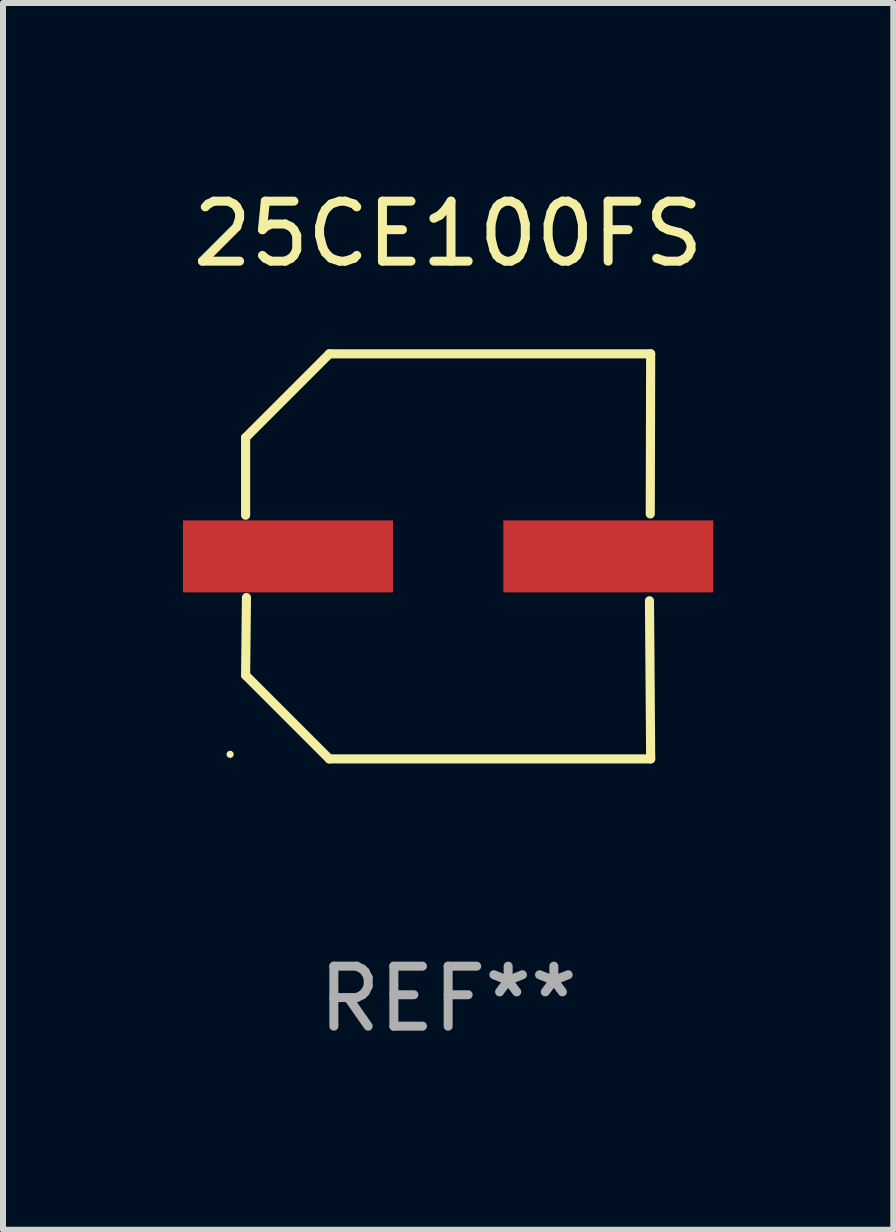
<source format=kicad_pcb>
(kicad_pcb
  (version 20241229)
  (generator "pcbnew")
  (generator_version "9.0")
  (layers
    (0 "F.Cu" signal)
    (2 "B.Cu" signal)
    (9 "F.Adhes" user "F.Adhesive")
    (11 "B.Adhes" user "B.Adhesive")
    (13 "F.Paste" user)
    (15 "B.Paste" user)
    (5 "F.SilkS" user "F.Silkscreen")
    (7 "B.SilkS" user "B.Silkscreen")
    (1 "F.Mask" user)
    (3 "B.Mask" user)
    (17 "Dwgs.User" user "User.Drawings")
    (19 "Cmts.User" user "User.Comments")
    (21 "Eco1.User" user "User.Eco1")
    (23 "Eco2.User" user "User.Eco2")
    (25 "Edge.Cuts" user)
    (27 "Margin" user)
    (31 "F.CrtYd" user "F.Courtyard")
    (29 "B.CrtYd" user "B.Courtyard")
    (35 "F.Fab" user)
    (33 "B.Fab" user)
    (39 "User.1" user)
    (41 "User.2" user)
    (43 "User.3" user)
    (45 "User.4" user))
  (footprint "25CE100FS"
    (layer "F.Cu")
    (at 4.42 6.224)
    (property "Reference" "25CE100FS" (at 0 -5.376 0) (layer "F.SilkS") (effects (font (size 1 1) (thickness 0.15))))
    (attr through_hole)
    (fp_line (start -3.376 -1.98) (end -3.376 -0.686) (stroke (width 0.152) (type solid)) (layer "F.SilkS"))
    (fp_line (start -3.376 1.981) (end -3.362 0.686) (stroke (width 0.152) (type solid)) (layer "F.SilkS"))
    (fp_line (start -1.981 3.376) (end -3.376 1.981) (stroke (width 0.152) (type solid)) (layer "F.SilkS"))
    (fp_line (start -1.98 -3.376) (end -3.376 -1.98) (stroke (width 0.152) (type solid)) (layer "F.SilkS"))
    (fp_line (start 3.356 0.74) (end 3.376 3.376) (stroke (width 0.152) (type solid)) (layer "F.SilkS"))
    (fp_line (start 3.369 -0.707) (end 3.376 -3.376) (stroke (width 0.152) (type solid)) (layer "F.SilkS"))
    (fp_line (start 3.376 3.376) (end -1.981 3.376) (stroke (width 0.152) (type solid)) (layer "F.SilkS"))
    (fp_line (start 3.376 -3.376) (end -1.98 -3.376) (stroke (width 0.152) (type solid)) (layer "F.SilkS"))
    (fp_circle (center -3.634 3.3) (end -3.604 3.3) (stroke (width 0.06) (type solid)) (fill no) (layer "F.SilkS"))
    (fp_text user "REF**" (at 0 7.376 0) (layer "F.Fab") (effects (font (size 1 1) (thickness 0.15))))
    (pad "1" smd rect (at -2.67 0.000254) (size 3.5 1.2) (layers "F.Cu" "F.Mask" "F.Paste"))
    (pad "2" smd rect (at 2.67 0.000254) (size 3.5 1.2) (layers "F.Cu" "F.Mask" "F.Paste")))
  (gr_rect
    (start -3 -3)
    (end 11.84 17.448)
    (stroke (width 0.1) (type default))
    (fill no)
    (layer "Edge.Cuts")))
</source>
